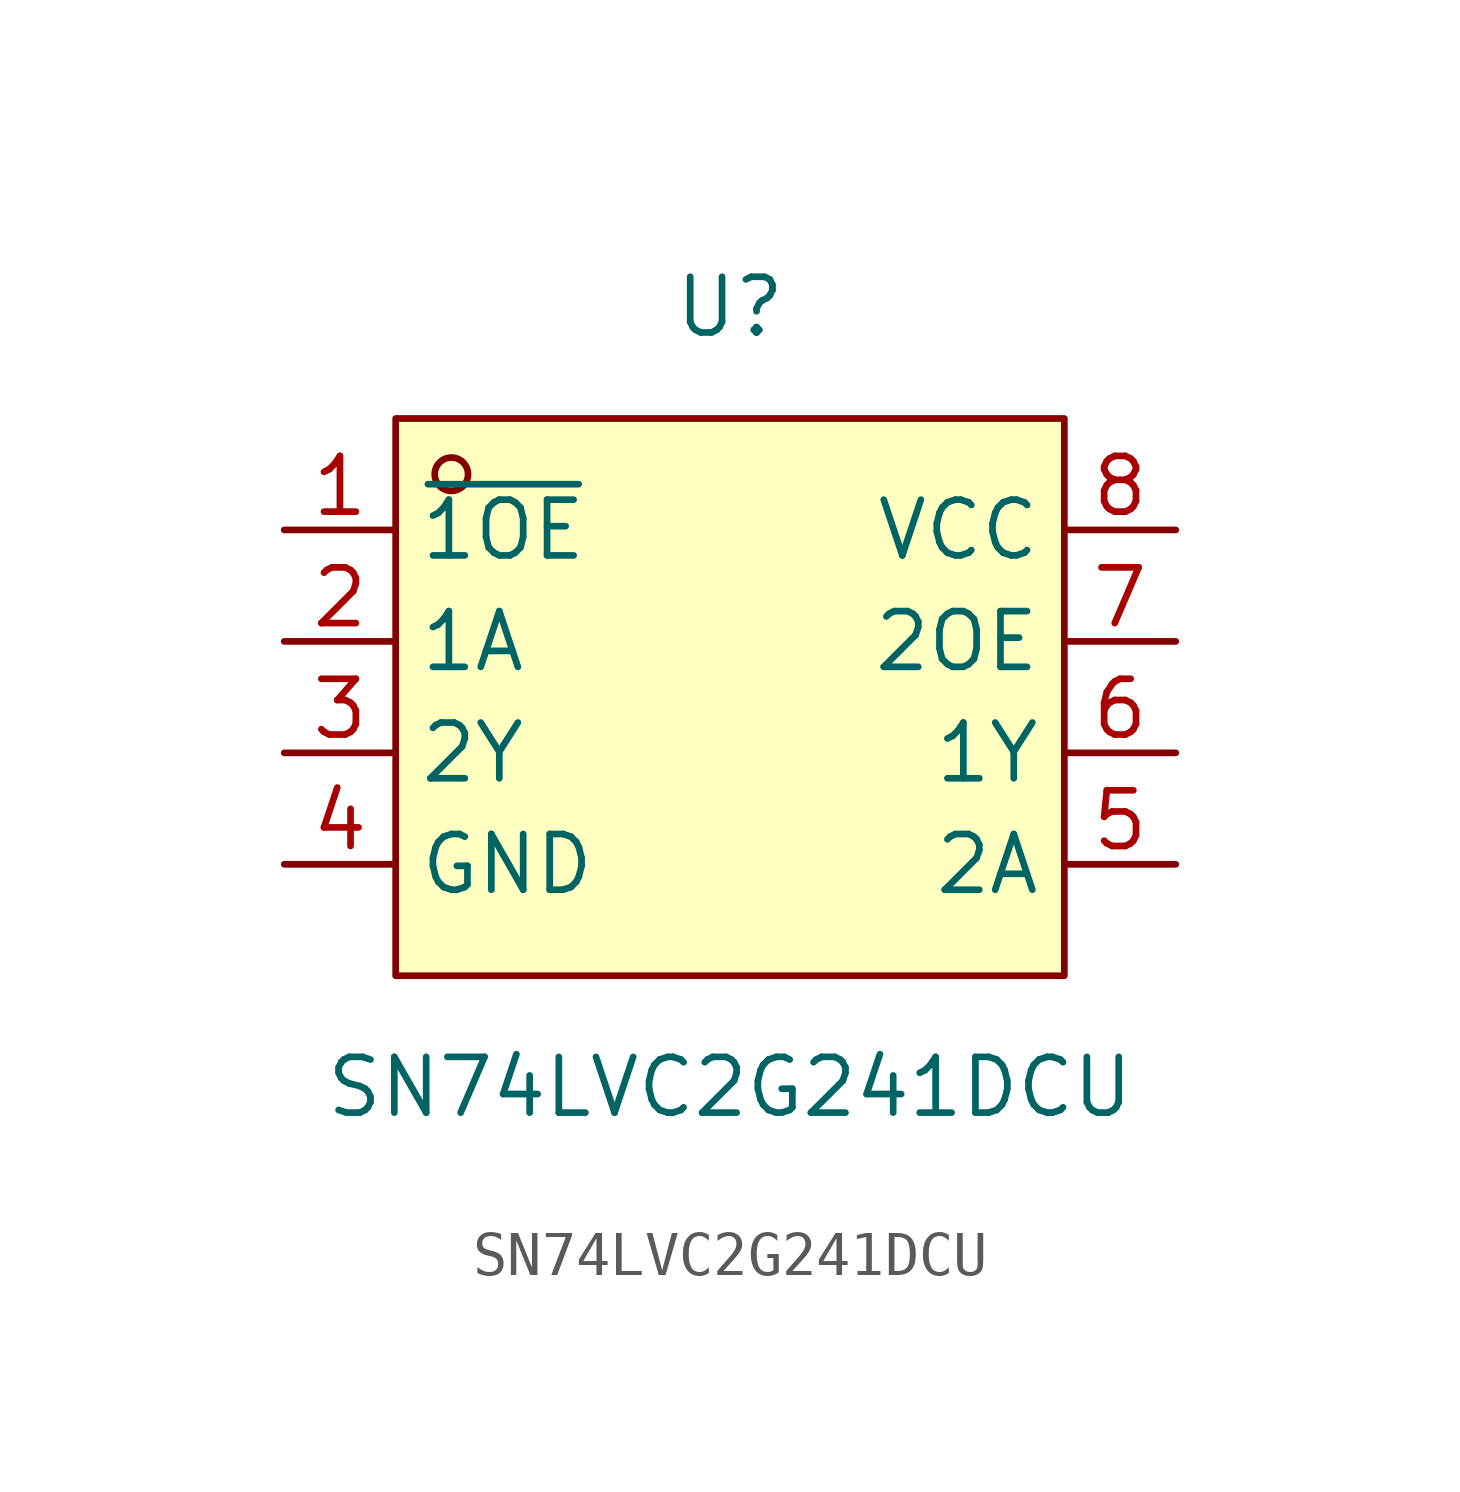
<source format=kicad_sym>
(kicad_symbol_lib
  (version 20211014)
  (generator https://github.com/uPesy/easyeda2kicad.py)
  (symbol "SN74LVC2G241DCU"
    (property "Reference" "U"
      (at 0 8.89 0)
      (effects (font (size 1.27 1.27))))
    (property "Value" "SN74LVC2G241DCU"
      (at 0 -8.89 0)
      (effects (font (size 1.27 1.27))))
    (symbol "SN74LVC2G241DCU_0_1"
      (rectangle (start -7.62 6.35) (end 7.62 -6.35) (stroke (width 0) (type default) (color 0 0 0 0)) (fill (type background)))
      (circle (center -6.35 5.08) (radius 0.38) (stroke (width 0) (type default) (color 0 0 0 0)) (fill (type none)))
      (pin unspecified line (at -10.16 3.81 0) (length 2.54) (name "~{1OE}" (effects (font (size 1.27 1.27)))) (number "1" (effects (font (size 1.27 1.27)))))
      (pin unspecified line (at -10.16 1.27 0) (length 2.54) (name "1A" (effects (font (size 1.27 1.27)))) (number "2" (effects (font (size 1.27 1.27)))))
      (pin unspecified line (at -10.16 -1.27 0) (length 2.54) (name "2Y" (effects (font (size 1.27 1.27)))) (number "3" (effects (font (size 1.27 1.27)))))
      (pin unspecified line (at -10.16 -3.81 0) (length 2.54) (name "GND" (effects (font (size 1.27 1.27)))) (number "4" (effects (font (size 1.27 1.27)))))
      (pin unspecified line (at 10.16 -3.81 180) (length 2.54) (name "2A" (effects (font (size 1.27 1.27)))) (number "5" (effects (font (size 1.27 1.27)))))
      (pin unspecified line (at 10.16 -1.27 180) (length 2.54) (name "1Y" (effects (font (size 1.27 1.27)))) (number "6" (effects (font (size 1.27 1.27)))))
      (pin unspecified line (at 10.16 1.27 180) (length 2.54) (name "2OE" (effects (font (size 1.27 1.27)))) (number "7" (effects (font (size 1.27 1.27)))))
      (pin unspecified line (at 10.16 3.81 180) (length 2.54) (name "VCC" (effects (font (size 1.27 1.27)))) (number "8" (effects (font (size 1.27 1.27))))))))
</source>
